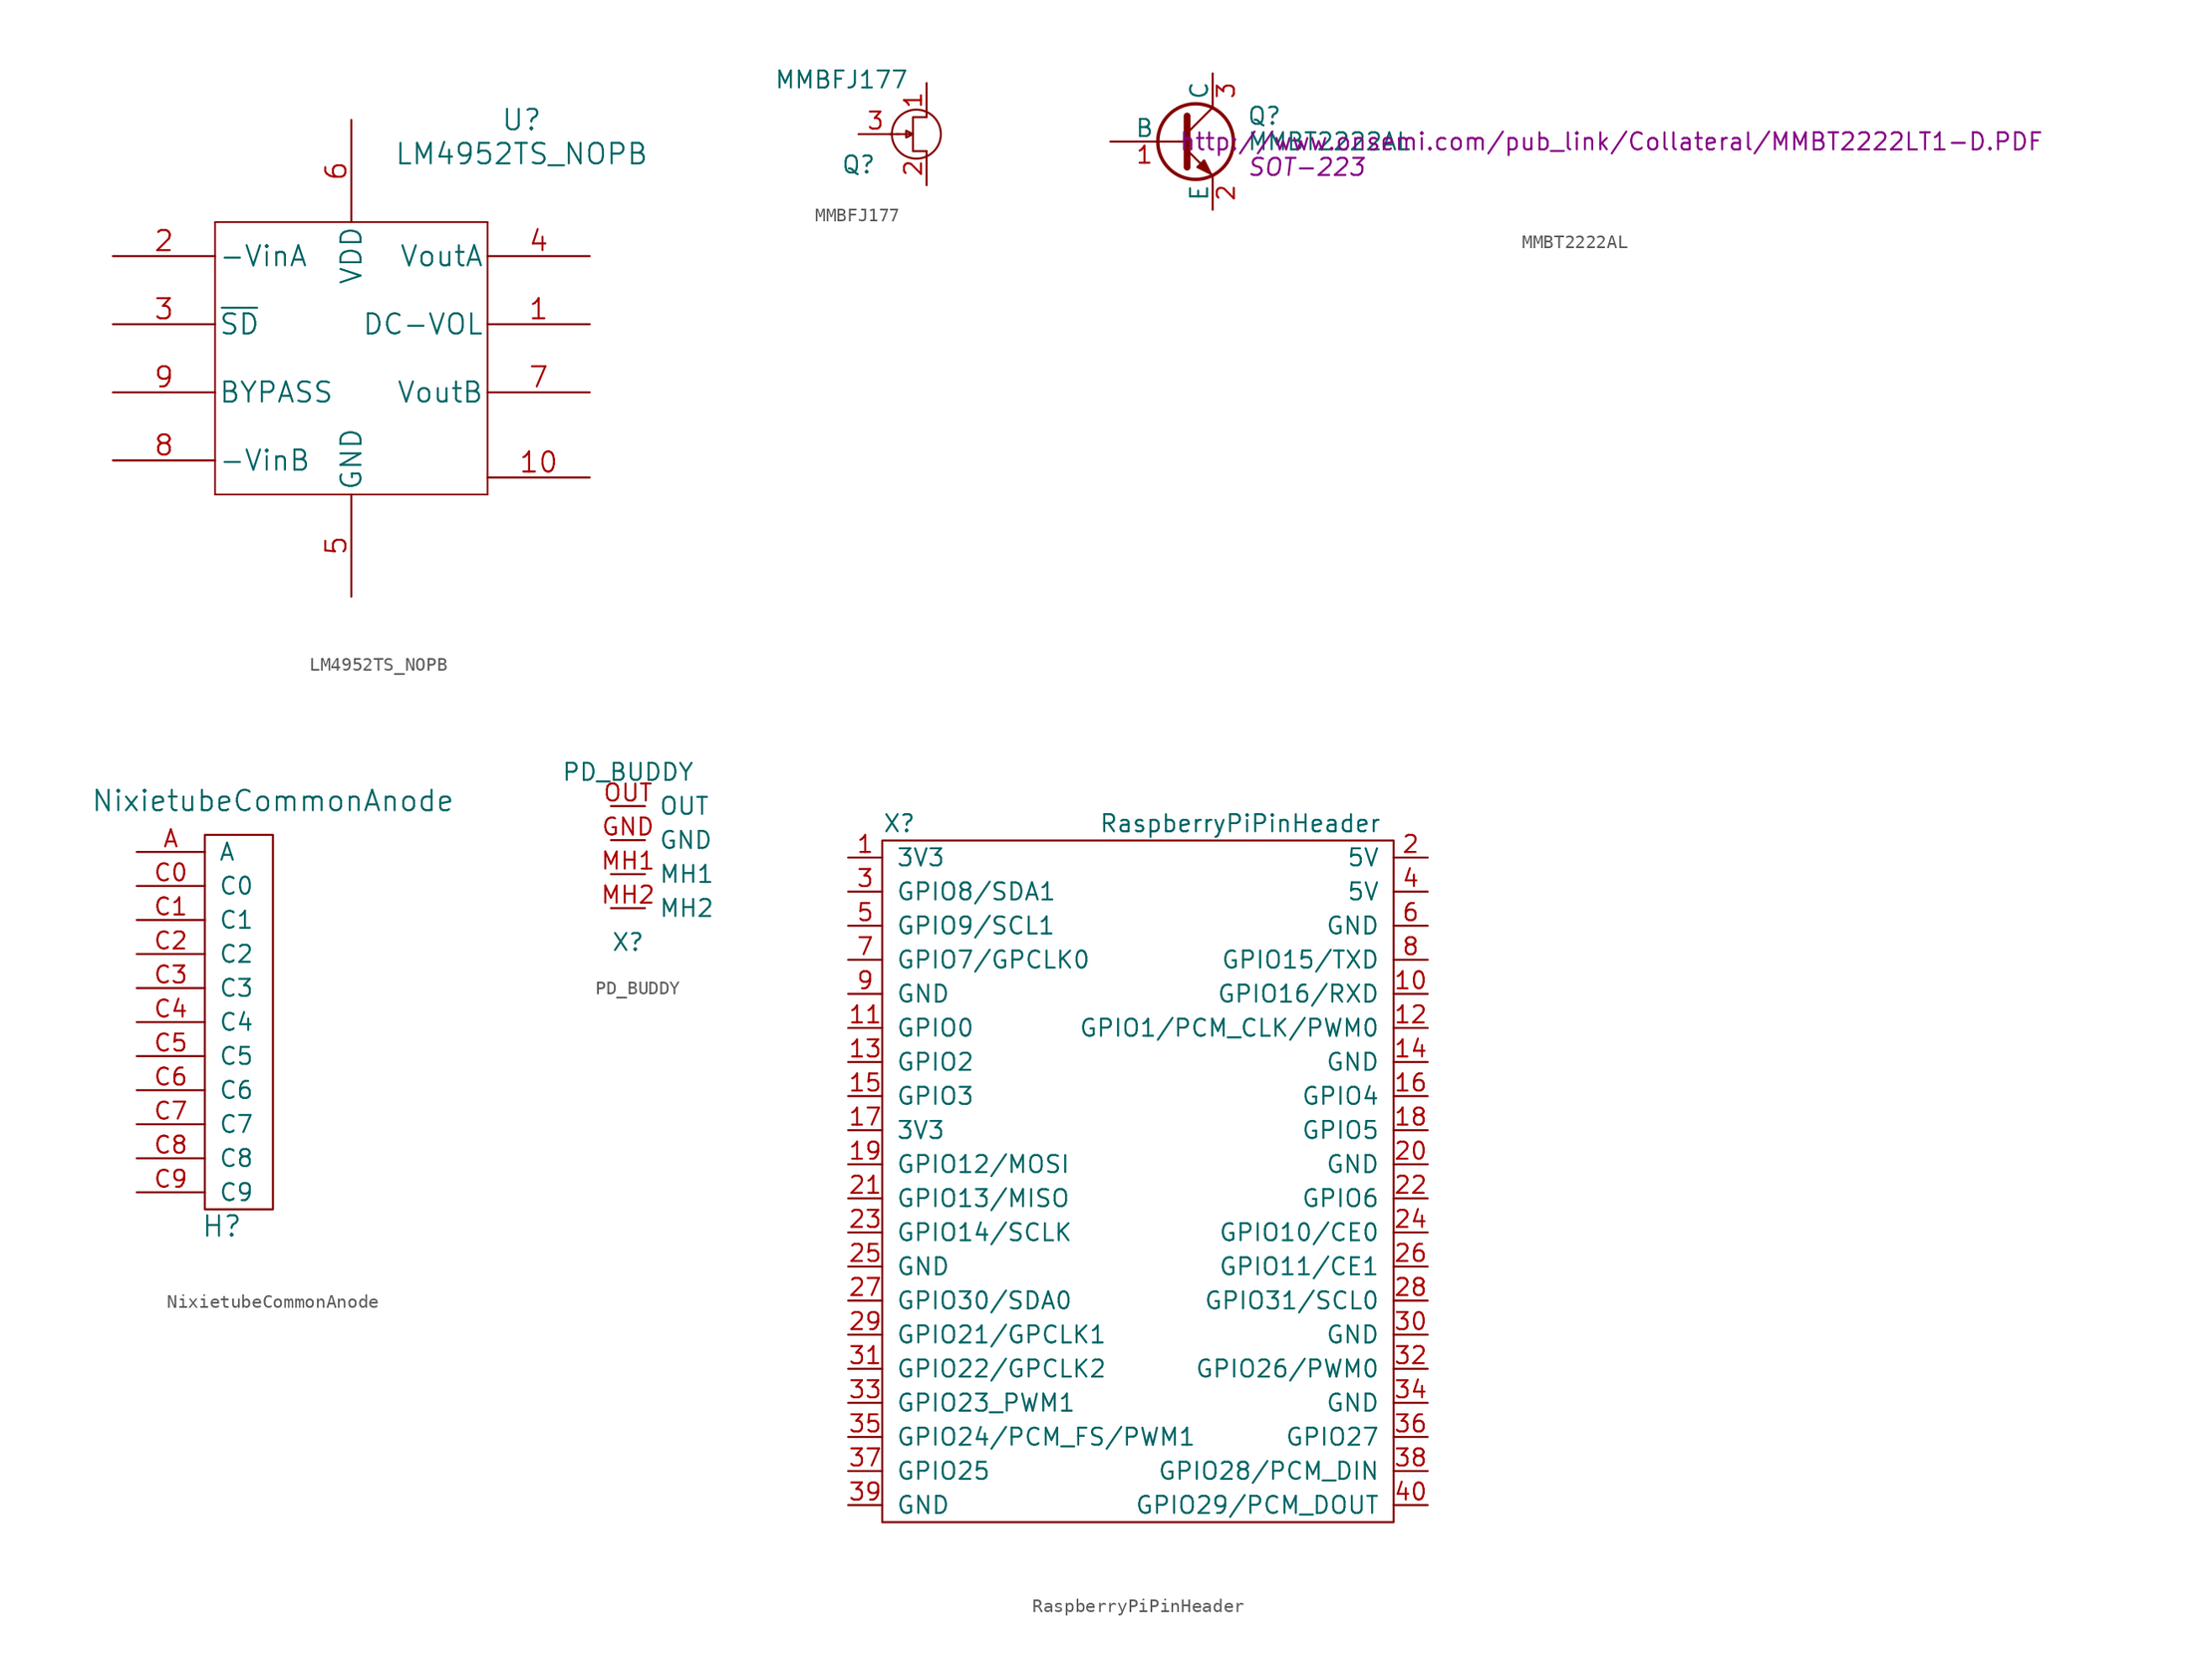
<source format=kicad_sym>
(kicad_symbol_lib
  (version 20231120)
  (generator "kicad_symbol_editor")
  (generator_version "8.0")
  (symbol "LM4952TS_NOPB"
    (pin_names
      (offset 0.254))
    (property "Reference" "U"
      (at 30.48 12.7 0)
      (effects (font (size 1.524 1.524))))
    (property "Value" "LM4952TS_NOPB"
      (at 30.48 10.16 0)
      (effects (font (size 1.524 1.524))))
    (property "Datasheet" ""
      (at 0 0 0)
      (effects (font (size 1.524 1.524))))
    (symbol "LM4952TS_NOPB_1_0"
      (polyline (pts (xy 7.62 -15.24) (xy 27.94 -15.24)) (stroke (width 0.127) (type solid)) (fill (type none)))
      (polyline (pts (xy 7.62 5.08) (xy 7.62 -15.24)) (stroke (width 0.127) (type solid)) (fill (type none)))
      (polyline (pts (xy 27.94 -15.24) (xy 27.94 5.08)) (stroke (width 0.127) (type solid)) (fill (type none)))
      (polyline (pts (xy 27.94 5.08) (xy 7.62 5.08)) (stroke (width 0.127) (type solid)) (fill (type none)))
      (pin passive line (at 35.56 -2.54 180) (length 7.62) (name "DC-VOL" (effects (font (size 1.499 1.499)))) (number "1" (effects (font (size 1.499 1.499)))))
      (pin unspecified line (at 35.56 -13.97 180) (length 7.62) (name "~" (effects (font (size 1.499 1.499)))) (number "10" (effects (font (size 1.499 1.499)))))
      (pin input line (at 0 2.54 0) (length 7.62) (name "-VinA" (effects (font (size 1.499 1.499)))) (number "2" (effects (font (size 1.499 1.499)))))
      (pin passive line (at 0 -2.54 0) (length 7.62) (name "~{SD}" (effects (font (size 1.499 1.499)))) (number "3" (effects (font (size 1.499 1.499)))))
      (pin output line (at 35.56 2.54 180) (length 7.62) (name "VoutA" (effects (font (size 1.499 1.499)))) (number "4" (effects (font (size 1.499 1.499)))))
      (pin passive line (at 17.78 -22.86 90) (length 7.62) (name "GND" (effects (font (size 1.499 1.499)))) (number "5" (effects (font (size 1.499 1.499)))))
      (pin passive line (at 17.78 12.7 270) (length 7.62) (name "VDD" (effects (font (size 1.499 1.499)))) (number "6" (effects (font (size 1.499 1.499)))))
      (pin output line (at 35.56 -7.62 180) (length 7.62) (name "VoutB" (effects (font (size 1.499 1.499)))) (number "7" (effects (font (size 1.499 1.499)))))
      (pin input line (at 0 -12.7 0) (length 7.62) (name "-VinB" (effects (font (size 1.499 1.499)))) (number "8" (effects (font (size 1.499 1.499)))))
      (pin passive line (at 0 -7.62 0) (length 7.62) (name "BYPASS" (effects (font (size 1.499 1.499)))) (number "9" (effects (font (size 1.499 1.499)))))))
  (symbol "MMBFJ177"
    (pin_names
      (offset 1.016) hide)
    (property "Reference" "Q"
      (at -5.08 -2.286 0)
      (effects (font (size 1.27 1.27))))
    (property "Value" "MMBFJ177"
      (at -6.35 4.064 0)
      (effects (font (size 1.27 1.27))))
    (symbol "MMBFJ177_0_1"
      (circle (center -0.762 0) (radius 1.829) (stroke (width 0) (type solid)) (fill (type none)))
      (polyline (pts (xy -2.286 0) (xy -1.016 0)) (stroke (width 0) (type solid)) (fill (type none)))
      (polyline (pts (xy -2.032 0) (xy -2.794 0)) (stroke (width 0) (type solid)) (fill (type none)))
      (polyline (pts (xy -1.016 0) (xy -1.524 0.254) (xy -1.524 -0.254) (xy -1.016 0)) (stroke (width 0) (type solid)) (fill (type none)))
      (polyline (pts (xy 0 -1.27) (xy -1.016 -1.27) (xy -1.016 1.27) (xy 0 1.27)) (stroke (width 0) (type solid)) (fill (type none))))
    (symbol "MMBFJ177_1_1"
      (pin passive line (at 0 3.81 270) (length 2.54) (name "D" (effects (font (size 1.27 1.27)))) (number "1" (effects (font (size 1.27 1.27)))))
      (pin passive line (at 0 -3.81 90) (length 2.54) (name "S" (effects (font (size 1.27 1.27)))) (number "2" (effects (font (size 1.27 1.27)))))
      (pin passive line (at -5.08 0 0) (length 2.54) (name "G" (effects (font (size 1.27 1.27)))) (number "3" (effects (font (size 1.27 1.27)))))))
  (symbol "MMBT2222AL"
    (pin_names
      (offset 0))
    (property "Reference" "Q"
      (at 5.08 1.905 0)
      (effects (font (size 1.27 1.27)) (justify left)))
    (property "Value" "MMBT2222AL"
      (at 5.08 0 0)
      (effects (font (size 1.27 1.27)) (justify left)))
    (property "Footprint" "SOT-223"
      (at 5.08 -1.905 0)
      (effects (font (size 1.27 1.27) (italic yes)) (justify left)))
    (property "Datasheet" "http://www.onsemi.com/pub_link/Collateral/MMBT2222LT1-D.PDF"
      (at 0 0 0)
      (effects (font (size 1.27 1.27)) (justify left)))
    (symbol "MMBT2222AL_0_1"
      (polyline (pts (xy 0 0) (xy 0.635 0)) (stroke (width 0) (type solid)) (fill (type none)))
      (polyline (pts (xy 2.54 -2.54) (xy 0.635 -0.635)) (stroke (width 0) (type solid)) (fill (type none)))
      (polyline (pts (xy 2.54 2.54) (xy 0.635 0.635)) (stroke (width 0) (type solid)) (fill (type none)))
      (polyline (pts (xy 0.635 1.905) (xy 0.635 -1.905) (xy 0.635 -1.905)) (stroke (width 0.508) (type solid)) (fill (type none)))
      (polyline (pts (xy 2.286 -2.286) (xy 1.778 -1.778) (xy 1.778 -1.778)) (stroke (width 0) (type solid)) (fill (type none)))
      (polyline (pts (xy 1.397 -1.905) (xy 1.905 -1.397) (xy 2.413 -2.413) (xy 1.397 -1.905) (xy 1.397 -1.905)) (stroke (width 0) (type solid)) (fill (type outline)))
      (circle (center 1.27 0) (radius 2.819) (stroke (width 0.254) (type solid)) (fill (type none))))
    (symbol "MMBT2222AL_1_1"
      (pin input line (at -5.08 0 0) (length 5.08) (name "B" (effects (font (size 1.27 1.27)))) (number "1" (effects (font (size 1.27 1.27)))))
      (pin passive line (at 2.54 -5.08 90) (length 2.54) (name "E" (effects (font (size 1.27 1.27)))) (number "2" (effects (font (size 1.27 1.27)))))
      (pin passive line (at 2.54 5.08 270) (length 2.54) (name "C" (effects (font (size 1.27 1.27)))) (number "3" (effects (font (size 1.27 1.27)))))))
  (symbol "NixietubeCommonAnode"
    (pin_names
      (offset 1.016))
    (property "Reference" "H"
      (at 1.27 -15.24 0)
      (effects (font (size 1.524 1.524))))
    (property "Value" "NixietubeCommonAnode"
      (at 5.08 16.51 0)
      (effects (font (size 1.524 1.524))))
    (symbol "NixietubeCommonAnode_0_1"
      (rectangle (start 0 13.97) (end 5.08 -13.97) (stroke (width 0) (type solid)) (fill (type none)))
      (pin passive line (at -5.08 12.7 0) (length 5.08) (name "A" (effects (font (size 1.27 1.27)))) (number "A" (effects (font (size 1.27 1.27)))))
      (pin passive line (at -5.08 10.16 0) (length 5.08) (name "C0" (effects (font (size 1.27 1.27)))) (number "C0" (effects (font (size 1.27 1.27)))))
      (pin passive line (at -5.08 7.62 0) (length 5.08) (name "C1" (effects (font (size 1.27 1.27)))) (number "C1" (effects (font (size 1.27 1.27)))))
      (pin passive line (at -5.08 5.08 0) (length 5.08) (name "C2" (effects (font (size 1.27 1.27)))) (number "C2" (effects (font (size 1.27 1.27)))))
      (pin passive line (at -5.08 2.54 0) (length 5.08) (name "C3" (effects (font (size 1.27 1.27)))) (number "C3" (effects (font (size 1.27 1.27)))))
      (pin passive line (at -5.08 0 0) (length 5.08) (name "C4" (effects (font (size 1.27 1.27)))) (number "C4" (effects (font (size 1.27 1.27)))))
      (pin passive line (at -5.08 -2.54 0) (length 5.08) (name "C5" (effects (font (size 1.27 1.27)))) (number "C5" (effects (font (size 1.27 1.27)))))
      (pin passive line (at -5.08 -5.08 0) (length 5.08) (name "C6" (effects (font (size 1.27 1.27)))) (number "C6" (effects (font (size 1.27 1.27)))))
      (pin passive line (at -5.08 -7.62 0) (length 5.08) (name "C7" (effects (font (size 1.27 1.27)))) (number "C7" (effects (font (size 1.27 1.27)))))
      (pin passive line (at -5.08 -10.16 0) (length 5.08) (name "C8" (effects (font (size 1.27 1.27)))) (number "C8" (effects (font (size 1.27 1.27)))))
      (pin passive line (at -5.08 -12.7 0) (length 5.08) (name "C9" (effects (font (size 1.27 1.27)))) (number "C9" (effects (font (size 1.27 1.27)))))))
  (symbol "PD_BUDDY"
    (pin_names
      (offset 1.016))
    (property "Reference" "X"
      (at 0 -6.35 0)
      (effects (font (size 1.27 1.27))))
    (property "Value" "PD_BUDDY"
      (at 0 6.35 0)
      (effects (font (size 1.27 1.27))))
    (symbol "PD_BUDDY_1_1"
      (pin passive line (at -1.27 1.27 0) (length 2.54) (name "GND" (effects (font (size 1.27 1.27)))) (number "GND" (effects (font (size 1.27 1.27)))))
      (pin passive line (at -1.27 -1.27 0) (length 2.54) (name "MH1" (effects (font (size 1.27 1.27)))) (number "MH1" (effects (font (size 1.27 1.27)))))
      (pin passive line (at -1.27 -3.81 0) (length 2.54) (name "MH2" (effects (font (size 1.27 1.27)))) (number "MH2" (effects (font (size 1.27 1.27)))))
      (pin passive line (at -1.27 3.81 0) (length 2.54) (name "OUT" (effects (font (size 1.27 1.27)))) (number "OUT" (effects (font (size 1.27 1.27)))))))
  (symbol "RaspberryPiPinHeader"
    (pin_names
      (offset 1.016))
    (property "Reference" "X"
      (at -17.78 26.67 0)
      (effects (font (size 1.27 1.27))))
    (property "Value" "RaspberryPiPinHeader"
      (at 7.62 26.67 0)
      (effects (font (size 1.27 1.27))))
    (symbol "RaspberryPiPinHeader_0_1"
      (rectangle (start 19.05 25.4) (end -19.05 -25.4) (stroke (width 0) (type solid)) (fill (type none))))
    (symbol "RaspberryPiPinHeader_1_1"
      (pin input line (at -21.59 24.13 0) (length 2.54) (name "3V3" (effects (font (size 1.27 1.27)))) (number "1" (effects (font (size 1.27 1.27)))))
      (pin input line (at 21.59 13.97 180) (length 2.54) (name "GPIO16/RXD" (effects (font (size 1.27 1.27)))) (number "10" (effects (font (size 1.27 1.27)))))
      (pin input line (at -21.59 11.43 0) (length 2.54) (name "GPIO0" (effects (font (size 1.27 1.27)))) (number "11" (effects (font (size 1.27 1.27)))))
      (pin input line (at 21.59 11.43 180) (length 2.54) (name "GPIO1/PCM_CLK/PWM0" (effects (font (size 1.27 1.27)))) (number "12" (effects (font (size 1.27 1.27)))))
      (pin input line (at -21.59 8.89 0) (length 2.54) (name "GPIO2" (effects (font (size 1.27 1.27)))) (number "13" (effects (font (size 1.27 1.27)))))
      (pin input line (at 21.59 8.89 180) (length 2.54) (name "GND" (effects (font (size 1.27 1.27)))) (number "14" (effects (font (size 1.27 1.27)))))
      (pin input line (at -21.59 6.35 0) (length 2.54) (name "GPIO3" (effects (font (size 1.27 1.27)))) (number "15" (effects (font (size 1.27 1.27)))))
      (pin input line (at 21.59 6.35 180) (length 2.54) (name "GPIO4" (effects (font (size 1.27 1.27)))) (number "16" (effects (font (size 1.27 1.27)))))
      (pin input line (at -21.59 3.81 0) (length 2.54) (name "3V3" (effects (font (size 1.27 1.27)))) (number "17" (effects (font (size 1.27 1.27)))))
      (pin input line (at 21.59 3.81 180) (length 2.54) (name "GPIO5" (effects (font (size 1.27 1.27)))) (number "18" (effects (font (size 1.27 1.27)))))
      (pin input line (at -21.59 1.27 0) (length 2.54) (name "GPIO12/MOSI" (effects (font (size 1.27 1.27)))) (number "19" (effects (font (size 1.27 1.27)))))
      (pin input line (at 21.59 24.13 180) (length 2.54) (name "5V" (effects (font (size 1.27 1.27)))) (number "2" (effects (font (size 1.27 1.27)))))
      (pin input line (at 21.59 1.27 180) (length 2.54) (name "GND" (effects (font (size 1.27 1.27)))) (number "20" (effects (font (size 1.27 1.27)))))
      (pin input line (at -21.59 -1.27 0) (length 2.54) (name "GPIO13/MISO" (effects (font (size 1.27 1.27)))) (number "21" (effects (font (size 1.27 1.27)))))
      (pin input line (at 21.59 -1.27 180) (length 2.54) (name "GPIO6" (effects (font (size 1.27 1.27)))) (number "22" (effects (font (size 1.27 1.27)))))
      (pin input line (at -21.59 -3.81 0) (length 2.54) (name "GPIO14/SCLK" (effects (font (size 1.27 1.27)))) (number "23" (effects (font (size 1.27 1.27)))))
      (pin input line (at 21.59 -3.81 180) (length 2.54) (name "GPIO10/CE0" (effects (font (size 1.27 1.27)))) (number "24" (effects (font (size 1.27 1.27)))))
      (pin input line (at -21.59 -6.35 0) (length 2.54) (name "GND" (effects (font (size 1.27 1.27)))) (number "25" (effects (font (size 1.27 1.27)))))
      (pin input line (at 21.59 -6.35 180) (length 2.54) (name "GPIO11/CE1" (effects (font (size 1.27 1.27)))) (number "26" (effects (font (size 1.27 1.27)))))
      (pin input line (at -21.59 -8.89 0) (length 2.54) (name "GPIO30/SDA0" (effects (font (size 1.27 1.27)))) (number "27" (effects (font (size 1.27 1.27)))))
      (pin input line (at 21.59 -8.89 180) (length 2.54) (name "GPIO31/SCL0" (effects (font (size 1.27 1.27)))) (number "28" (effects (font (size 1.27 1.27)))))
      (pin input line (at -21.59 -11.43 0) (length 2.54) (name "GPIO21/GPCLK1" (effects (font (size 1.27 1.27)))) (number "29" (effects (font (size 1.27 1.27)))))
      (pin input line (at -21.59 21.59 0) (length 2.54) (name "GPIO8/SDA1" (effects (font (size 1.27 1.27)))) (number "3" (effects (font (size 1.27 1.27)))))
      (pin input line (at 21.59 -11.43 180) (length 2.54) (name "GND" (effects (font (size 1.27 1.27)))) (number "30" (effects (font (size 1.27 1.27)))))
      (pin input line (at -21.59 -13.97 0) (length 2.54) (name "GPIO22/GPCLK2" (effects (font (size 1.27 1.27)))) (number "31" (effects (font (size 1.27 1.27)))))
      (pin input line (at 21.59 -13.97 180) (length 2.54) (name "GPIO26/PWM0" (effects (font (size 1.27 1.27)))) (number "32" (effects (font (size 1.27 1.27)))))
      (pin input line (at -21.59 -16.51 0) (length 2.54) (name "GPIO23_PWM1" (effects (font (size 1.27 1.27)))) (number "33" (effects (font (size 1.27 1.27)))))
      (pin input line (at 21.59 -16.51 180) (length 2.54) (name "GND" (effects (font (size 1.27 1.27)))) (number "34" (effects (font (size 1.27 1.27)))))
      (pin input line (at -21.59 -19.05 0) (length 2.54) (name "GPIO24/PCM_FS/PWM1" (effects (font (size 1.27 1.27)))) (number "35" (effects (font (size 1.27 1.27)))))
      (pin input line (at 21.59 -19.05 180) (length 2.54) (name "GPIO27" (effects (font (size 1.27 1.27)))) (number "36" (effects (font (size 1.27 1.27)))))
      (pin input line (at -21.59 -21.59 0) (length 2.54) (name "GPIO25" (effects (font (size 1.27 1.27)))) (number "37" (effects (font (size 1.27 1.27)))))
      (pin input line (at 21.59 -21.59 180) (length 2.54) (name "GPIO28/PCM_DIN" (effects (font (size 1.27 1.27)))) (number "38" (effects (font (size 1.27 1.27)))))
      (pin input line (at -21.59 -24.13 0) (length 2.54) (name "GND" (effects (font (size 1.27 1.27)))) (number "39" (effects (font (size 1.27 1.27)))))
      (pin input line (at 21.59 21.59 180) (length 2.54) (name "5V" (effects (font (size 1.27 1.27)))) (number "4" (effects (font (size 1.27 1.27)))))
      (pin input line (at 21.59 -24.13 180) (length 2.54) (name "GPIO29/PCM_DOUT" (effects (font (size 1.27 1.27)))) (number "40" (effects (font (size 1.27 1.27)))))
      (pin input line (at -21.59 19.05 0) (length 2.54) (name "GPIO9/SCL1" (effects (font (size 1.27 1.27)))) (number "5" (effects (font (size 1.27 1.27)))))
      (pin input line (at 21.59 19.05 180) (length 2.54) (name "GND" (effects (font (size 1.27 1.27)))) (number "6" (effects (font (size 1.27 1.27)))))
      (pin input line (at -21.59 16.51 0) (length 2.54) (name "GPIO7/GPCLK0" (effects (font (size 1.27 1.27)))) (number "7" (effects (font (size 1.27 1.27)))))
      (pin input line (at 21.59 16.51 180) (length 2.54) (name "GPIO15/TXD" (effects (font (size 1.27 1.27)))) (number "8" (effects (font (size 1.27 1.27)))))
      (pin input line (at -21.59 13.97 0) (length 2.54) (name "GND" (effects (font (size 1.27 1.27)))) (number "9" (effects (font (size 1.27 1.27))))))))
</source>
